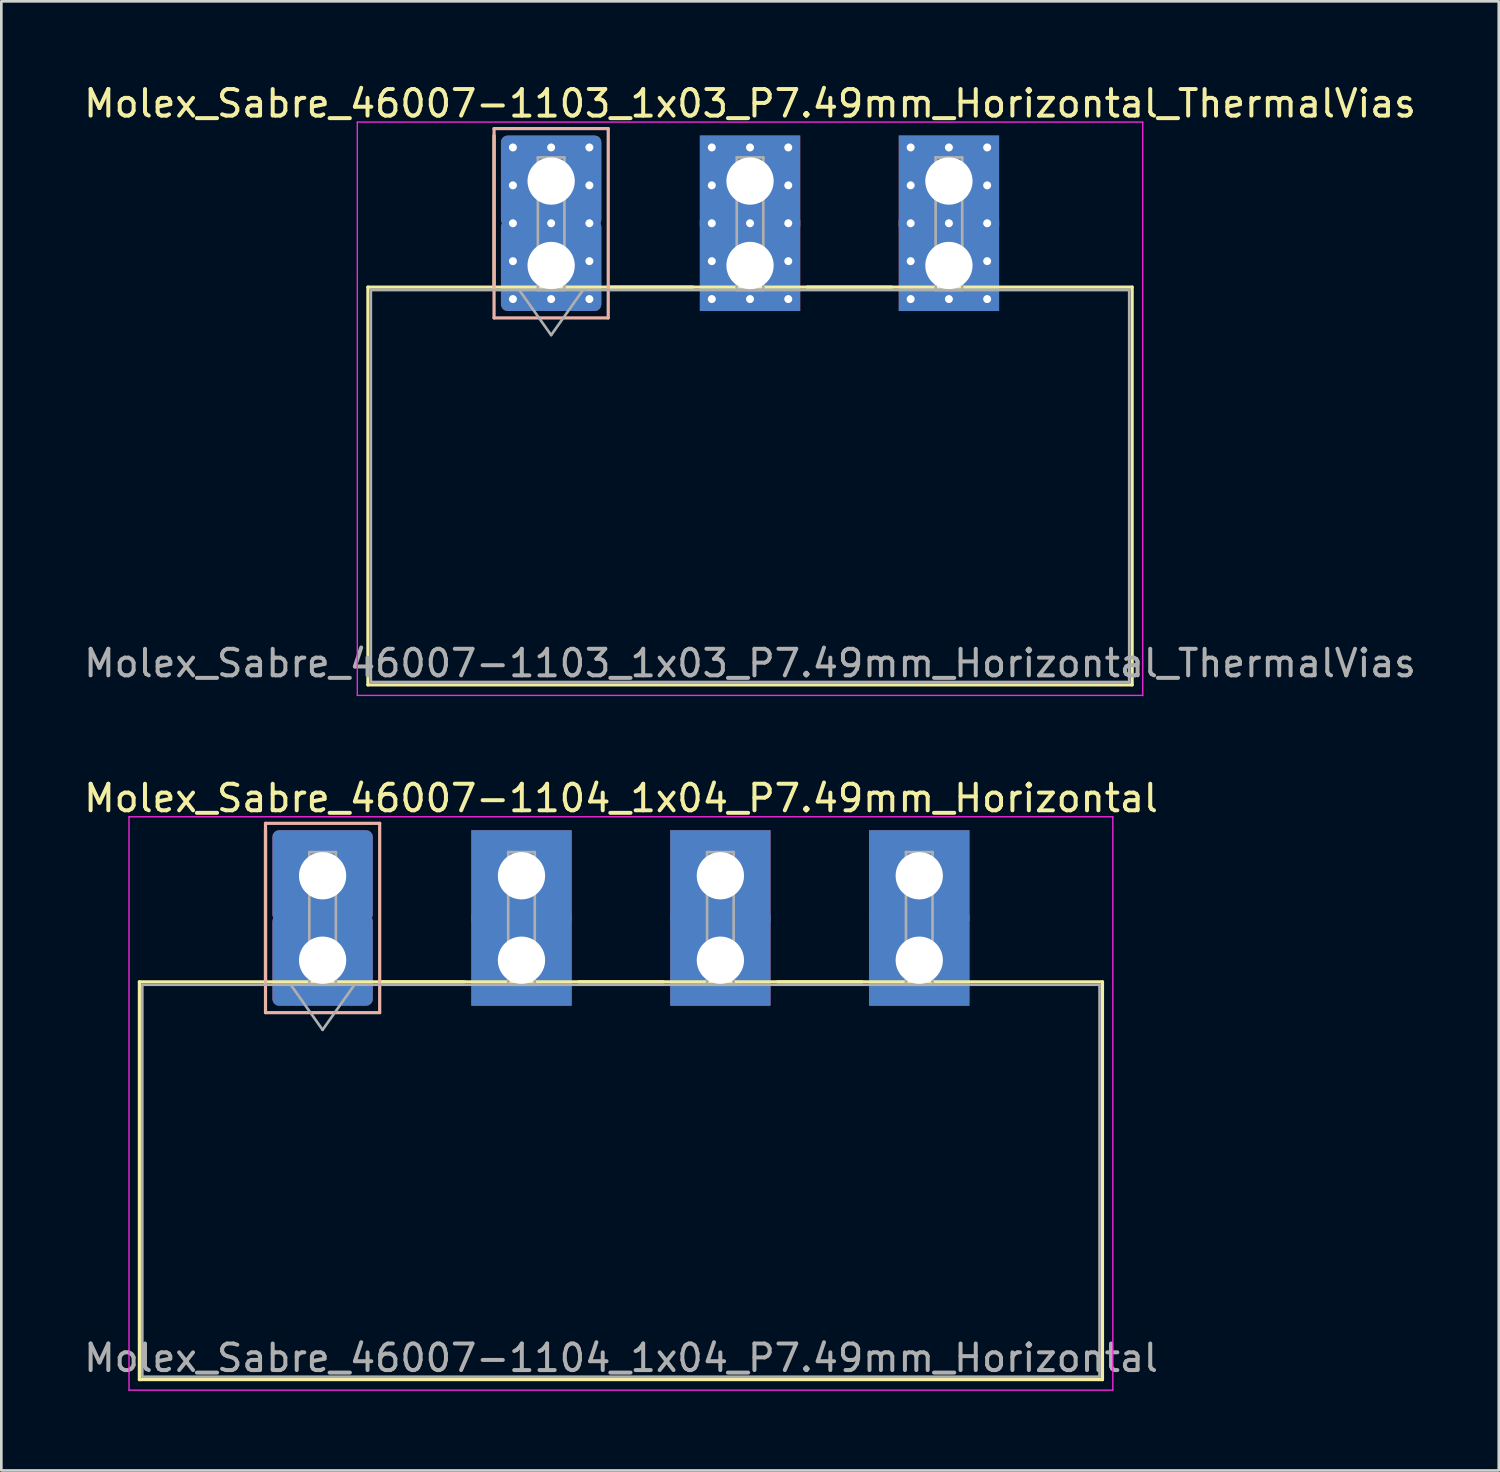
<source format=kicad_pcb>
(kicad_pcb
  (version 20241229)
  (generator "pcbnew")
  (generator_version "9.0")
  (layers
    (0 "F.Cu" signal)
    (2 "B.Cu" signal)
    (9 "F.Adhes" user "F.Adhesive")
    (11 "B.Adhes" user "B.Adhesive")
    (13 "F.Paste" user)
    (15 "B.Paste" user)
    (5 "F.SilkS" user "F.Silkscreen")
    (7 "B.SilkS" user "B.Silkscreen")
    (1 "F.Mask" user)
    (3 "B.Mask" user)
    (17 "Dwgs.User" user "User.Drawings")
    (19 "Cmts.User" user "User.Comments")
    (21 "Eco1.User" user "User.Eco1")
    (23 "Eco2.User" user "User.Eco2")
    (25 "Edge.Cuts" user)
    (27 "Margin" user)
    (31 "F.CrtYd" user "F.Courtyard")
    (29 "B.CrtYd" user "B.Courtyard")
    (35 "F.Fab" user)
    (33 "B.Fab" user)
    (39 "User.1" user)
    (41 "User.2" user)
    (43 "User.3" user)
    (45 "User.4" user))
  (footprint "Molex_Sabre_46007-1104_1x04_P7.49mm_Horizontal"
    (layer "F.Cu")
    (at 9.099 33.111)
    (property "Reference" "Molex_Sabre_46007-1104_1x04_P7.49mm_Horizontal" (at 11.24 -6.1 0) (layer "F.SilkS") (effects (font (size 1 1) (thickness 0.15))))
    (attr through_hole)
    (fp_line (start -6.9 0.815) (end -6.9 15.795) (stroke (width 0.12) (type solid)) (layer "F.SilkS"))
    (fp_line (start -6.9 15.795) (end 29.37 15.795) (stroke (width 0.12) (type solid)) (layer "F.SilkS"))
    (fp_line (start -2.15 0.815) (end -2.15 -4.895) (stroke (width 0.12) (type solid)) (layer "F.SilkS"))
    (fp_line (start 2.15 0.815) (end 5.34 0.815) (stroke (width 0.12) (type solid)) (layer "F.SilkS"))
    (fp_line (start 9.64 0.815) (end 12.83 0.815) (stroke (width 0.12) (type solid)) (layer "F.SilkS"))
    (fp_line (start 17.13 0.815) (end 20.32 0.815) (stroke (width 0.12) (type solid)) (layer "F.SilkS"))
    (fp_line (start 29.37 0.815) (end -6.9 0.815) (stroke (width 0.12) (type solid)) (layer "F.SilkS"))
    (fp_line (start 29.37 15.795) (end 29.37 0.815) (stroke (width 0.12) (type solid)) (layer "F.SilkS"))
    (fp_line (start -2.15 -5.155) (end -2.15 1.975) (stroke (width 0.12) (type solid)) (layer "B.SilkS"))
    (fp_line (start -2.15 1.975) (end 2.15 1.975) (stroke (width 0.12) (type solid)) (layer "B.SilkS"))
    (fp_line (start 2.15 -5.155) (end -2.15 -5.155) (stroke (width 0.12) (type solid)) (layer "B.SilkS"))
    (fp_line (start 2.15 1.975) (end 2.15 -5.155) (stroke (width 0.12) (type solid)) (layer "B.SilkS"))
    (fp_line (start -7.29 -5.4) (end -7.29 16.19) (stroke (width 0.05) (type solid)) (layer "F.CrtYd"))
    (fp_line (start -7.29 16.19) (end 29.76 16.19) (stroke (width 0.05) (type solid)) (layer "F.CrtYd"))
    (fp_line (start 29.76 -5.4) (end -7.29 -5.4) (stroke (width 0.05) (type solid)) (layer "F.CrtYd"))
    (fp_line (start 29.76 16.19) (end 29.76 -5.4) (stroke (width 0.05) (type solid)) (layer "F.CrtYd"))
    (fp_line (start -6.79 0.925) (end -6.79 15.685) (stroke (width 0.1) (type solid)) (layer "F.Fab"))
    (fp_line (start -6.79 15.685) (end 29.26 15.685) (stroke (width 0.1) (type solid)) (layer "F.Fab"))
    (fp_line (start -1.2 0.925) (end 0 2.622) (stroke (width 0.1) (type solid)) (layer "F.Fab"))
    (fp_line (start -0.5 -4.07) (end 0.5 -4.07) (stroke (width 0.1) (type solid)) (layer "F.Fab"))
    (fp_line (start -0.5 0.925) (end -0.5 -4.07) (stroke (width 0.1) (type solid)) (layer "F.Fab"))
    (fp_line (start 0 2.622) (end 1.2 0.925) (stroke (width 0.1) (type solid)) (layer "F.Fab"))
    (fp_line (start 0.5 -4.07) (end 0.5 0.925) (stroke (width 0.1) (type solid)) (layer "F.Fab"))
    (fp_line (start 0.5 0.925) (end -0.5 0.925) (stroke (width 0.1) (type solid)) (layer "F.Fab"))
    (fp_line (start 6.99 -4.07) (end 7.99 -4.07) (stroke (width 0.1) (type solid)) (layer "F.Fab"))
    (fp_line (start 6.99 0.925) (end 6.99 -4.07) (stroke (width 0.1) (type solid)) (layer "F.Fab"))
    (fp_line (start 7.99 -4.07) (end 7.99 0.925) (stroke (width 0.1) (type solid)) (layer "F.Fab"))
    (fp_line (start 7.99 0.925) (end 6.99 0.925) (stroke (width 0.1) (type solid)) (layer "F.Fab"))
    (fp_line (start 14.48 -4.07) (end 15.48 -4.07) (stroke (width 0.1) (type solid)) (layer "F.Fab"))
    (fp_line (start 14.48 0.925) (end 14.48 -4.07) (stroke (width 0.1) (type solid)) (layer "F.Fab"))
    (fp_line (start 15.48 -4.07) (end 15.48 0.925) (stroke (width 0.1) (type solid)) (layer "F.Fab"))
    (fp_line (start 15.48 0.925) (end 14.48 0.925) (stroke (width 0.1) (type solid)) (layer "F.Fab"))
    (fp_line (start 21.97 -4.07) (end 22.97 -4.07) (stroke (width 0.1) (type solid)) (layer "F.Fab"))
    (fp_line (start 21.97 0.925) (end 21.97 -4.07) (stroke (width 0.1) (type solid)) (layer "F.Fab"))
    (fp_line (start 22.97 -4.07) (end 22.97 0.925) (stroke (width 0.1) (type solid)) (layer "F.Fab"))
    (fp_line (start 22.97 0.925) (end 21.97 0.925) (stroke (width 0.1) (type solid)) (layer "F.Fab"))
    (fp_line (start 29.26 0.925) (end -6.79 0.925) (stroke (width 0.1) (type solid)) (layer "F.Fab"))
    (fp_line (start 29.26 15.685) (end 29.26 0.925) (stroke (width 0.1) (type solid)) (layer "F.Fab"))
    (fp_text user "${REFERENCE}" (at 11.24 14.98 0) (layer "F.Fab") (effects (font (size 1 1) (thickness 0.15))))
    (pad "1" thru_hole roundrect (at 0 -3.18) (size 3.78 3.43) (drill 1.78) (layers "*.Cu" "*.Mask") (roundrect_rratio 0.073))
    (pad "1" thru_hole roundrect (at 0 0) (size 3.78 3.43) (drill 1.78) (layers "*.Cu" "*.Mask") (roundrect_rratio 0.073))
    (pad "2" thru_hole rect (at 7.49 -3.18) (size 3.78 3.43) (drill 1.78) (layers "*.Cu" "*.Mask"))
    (pad "2" thru_hole rect (at 7.49 0) (size 3.78 3.43) (drill 1.78) (layers "*.Cu" "*.Mask"))
    (pad "3" thru_hole rect (at 14.98 -3.18) (size 3.78 3.43) (drill 1.78) (layers "*.Cu" "*.Mask"))
    (pad "3" thru_hole rect (at 14.98 0) (size 3.78 3.43) (drill 1.78) (layers "*.Cu" "*.Mask"))
    (pad "4" thru_hole rect (at 22.47 -3.18) (size 3.78 3.43) (drill 1.78) (layers "*.Cu" "*.Mask"))
    (pad "4" thru_hole rect (at 22.47 0) (size 3.78 3.43) (drill 1.78) (layers "*.Cu" "*.Mask")))
  (footprint "Molex_Sabre_46007-1103_1x03_P7.49mm_Horizontal_ThermalVias"
    (layer "F.Cu")
    (at 17.706 6.948)
    (property "Reference" "Molex_Sabre_46007-1103_1x03_P7.49mm_Horizontal_ThermalVias" (at 7.49 -6.1 0) (layer "F.SilkS") (effects (font (size 1 1) (thickness 0.15))))
    (attr through_hole)
    (fp_line (start -6.9 0.815) (end -6.9 15.795) (stroke (width 0.12) (type solid)) (layer "F.SilkS"))
    (fp_line (start -6.9 15.795) (end 21.88 15.795) (stroke (width 0.12) (type solid)) (layer "F.SilkS"))
    (fp_line (start -2.15 0.815) (end -2.15 -4.895) (stroke (width 0.12) (type solid)) (layer "F.SilkS"))
    (fp_line (start 2.15 0.815) (end 5.34 0.815) (stroke (width 0.12) (type solid)) (layer "F.SilkS"))
    (fp_line (start 9.64 0.815) (end 12.83 0.815) (stroke (width 0.12) (type solid)) (layer "F.SilkS"))
    (fp_line (start 21.88 0.815) (end -6.9 0.815) (stroke (width 0.12) (type solid)) (layer "F.SilkS"))
    (fp_line (start 21.88 15.795) (end 21.88 0.815) (stroke (width 0.12) (type solid)) (layer "F.SilkS"))
    (fp_line (start -2.15 -5.155) (end -2.15 1.975) (stroke (width 0.12) (type solid)) (layer "B.SilkS"))
    (fp_line (start -2.15 1.975) (end 2.15 1.975) (stroke (width 0.12) (type solid)) (layer "B.SilkS"))
    (fp_line (start 2.15 -5.155) (end -2.15 -5.155) (stroke (width 0.12) (type solid)) (layer "B.SilkS"))
    (fp_line (start 2.15 1.975) (end 2.15 -5.155) (stroke (width 0.12) (type solid)) (layer "B.SilkS"))
    (fp_line (start -7.3 -5.4) (end -7.3 16.19) (stroke (width 0.05) (type solid)) (layer "F.CrtYd"))
    (fp_line (start -7.3 16.19) (end 22.28 16.19) (stroke (width 0.05) (type solid)) (layer "F.CrtYd"))
    (fp_line (start 22.28 -5.4) (end -7.3 -5.4) (stroke (width 0.05) (type solid)) (layer "F.CrtYd"))
    (fp_line (start 22.28 16.19) (end 22.28 -5.4) (stroke (width 0.05) (type solid)) (layer "F.CrtYd"))
    (fp_line (start -6.79 0.925) (end -6.79 15.685) (stroke (width 0.1) (type solid)) (layer "F.Fab"))
    (fp_line (start -6.79 15.685) (end 21.77 15.685) (stroke (width 0.1) (type solid)) (layer "F.Fab"))
    (fp_line (start -1.2 0.925) (end 0 2.622) (stroke (width 0.1) (type solid)) (layer "F.Fab"))
    (fp_line (start -0.5 -4.07) (end 0.5 -4.07) (stroke (width 0.1) (type solid)) (layer "F.Fab"))
    (fp_line (start -0.5 0.925) (end -0.5 -4.07) (stroke (width 0.1) (type solid)) (layer "F.Fab"))
    (fp_line (start 0 2.622) (end 1.2 0.925) (stroke (width 0.1) (type solid)) (layer "F.Fab"))
    (fp_line (start 0.5 -4.07) (end 0.5 0.925) (stroke (width 0.1) (type solid)) (layer "F.Fab"))
    (fp_line (start 0.5 0.925) (end -0.5 0.925) (stroke (width 0.1) (type solid)) (layer "F.Fab"))
    (fp_line (start 6.99 -4.07) (end 7.99 -4.07) (stroke (width 0.1) (type solid)) (layer "F.Fab"))
    (fp_line (start 6.99 0.925) (end 6.99 -4.07) (stroke (width 0.1) (type solid)) (layer "F.Fab"))
    (fp_line (start 7.99 -4.07) (end 7.99 0.925) (stroke (width 0.1) (type solid)) (layer "F.Fab"))
    (fp_line (start 7.99 0.925) (end 6.99 0.925) (stroke (width 0.1) (type solid)) (layer "F.Fab"))
    (fp_line (start 14.48 -4.07) (end 15.48 -4.07) (stroke (width 0.1) (type solid)) (layer "F.Fab"))
    (fp_line (start 14.48 0.925) (end 14.48 -4.07) (stroke (width 0.1) (type solid)) (layer "F.Fab"))
    (fp_line (start 15.48 -4.07) (end 15.48 0.925) (stroke (width 0.1) (type solid)) (layer "F.Fab"))
    (fp_line (start 15.48 0.925) (end 14.48 0.925) (stroke (width 0.1) (type solid)) (layer "F.Fab"))
    (fp_line (start 21.77 0.925) (end -6.79 0.925) (stroke (width 0.1) (type solid)) (layer "F.Fab"))
    (fp_line (start 21.77 15.685) (end 21.77 0.925) (stroke (width 0.1) (type solid)) (layer "F.Fab"))
    (fp_text user "${REFERENCE}" (at 7.49 14.98 0) (layer "F.Fab") (effects (font (size 1 1) (thickness 0.15))))
    (pad "1" thru_hole roundrect (at -1.44 -4.445) (size 0.6 0.6) (drill 0.3) (layers "*.Cu" "*.Mask") (roundrect_rratio 0.25))
    (pad "1" thru_hole roundrect (at -1.44 -3.018) (size 0.6 0.6) (drill 0.3) (layers "*.Cu" "*.Mask") (roundrect_rratio 0.25))
    (pad "1" thru_hole roundrect (at -1.44 -1.59) (size 0.6 0.6) (drill 0.3) (layers "*.Cu" "*.Mask") (roundrect_rratio 0.25))
    (pad "1" thru_hole roundrect (at -1.44 -0.163) (size 0.6 0.6) (drill 0.3) (layers "*.Cu" "*.Mask") (roundrect_rratio 0.25))
    (pad "1" thru_hole roundrect (at -1.44 1.265) (size 0.6 0.6) (drill 0.3) (layers "*.Cu" "*.Mask") (roundrect_rratio 0.25))
    (pad "1" thru_hole roundrect (at 0 -4.445) (size 0.6 0.6) (drill 0.3) (layers "*.Cu" "*.Mask") (roundrect_rratio 0.25))
    (pad "1" thru_hole roundrect (at 0 -3.18) (size 3.78 3.43) (drill 1.78) (layers "*.Cu" "*.Mask") (roundrect_rratio 0.073))
    (pad "1" thru_hole roundrect (at 0 -1.59) (size 0.6 0.6) (drill 0.3) (layers "*.Cu" "*.Mask") (roundrect_rratio 0.25))
    (pad "1" thru_hole roundrect (at 0 0) (size 3.78 3.43) (drill 1.78) (layers "*.Cu" "*.Mask") (roundrect_rratio 0.073))
    (pad "1" thru_hole roundrect (at 0 1.265) (size 0.6 0.6) (drill 0.3) (layers "*.Cu" "*.Mask") (roundrect_rratio 0.25))
    (pad "1" thru_hole roundrect (at 1.44 -4.445) (size 0.6 0.6) (drill 0.3) (layers "*.Cu" "*.Mask") (roundrect_rratio 0.25))
    (pad "1" thru_hole roundrect (at 1.44 -3.018) (size 0.6 0.6) (drill 0.3) (layers "*.Cu" "*.Mask") (roundrect_rratio 0.25))
    (pad "1" thru_hole roundrect (at 1.44 -1.59) (size 0.6 0.6) (drill 0.3) (layers "*.Cu" "*.Mask") (roundrect_rratio 0.25))
    (pad "1" thru_hole roundrect (at 1.44 -0.163) (size 0.6 0.6) (drill 0.3) (layers "*.Cu" "*.Mask") (roundrect_rratio 0.25))
    (pad "1" thru_hole roundrect (at 1.44 1.265) (size 0.6 0.6) (drill 0.3) (layers "*.Cu" "*.Mask") (roundrect_rratio 0.25))
    (pad "2" thru_hole circle (at 6.05 -4.445) (size 0.6 0.6) (drill 0.3) (layers "*.Cu" "*.Mask"))
    (pad "2" thru_hole circle (at 6.05 -3.018) (size 0.6 0.6) (drill 0.3) (layers "*.Cu" "*.Mask"))
    (pad "2" thru_hole circle (at 6.05 -1.59) (size 0.6 0.6) (drill 0.3) (layers "*.Cu" "*.Mask"))
    (pad "2" thru_hole circle (at 6.05 -0.163) (size 0.6 0.6) (drill 0.3) (layers "*.Cu" "*.Mask"))
    (pad "2" thru_hole circle (at 6.05 1.265) (size 0.6 0.6) (drill 0.3) (layers "*.Cu" "*.Mask"))
    (pad "2" thru_hole circle (at 7.49 -4.445) (size 0.6 0.6) (drill 0.3) (layers "*.Cu" "*.Mask"))
    (pad "2" thru_hole rect (at 7.49 -3.18) (size 3.78 3.43) (drill 1.78) (layers "*.Cu" "*.Mask"))
    (pad "2" thru_hole circle (at 7.49 -1.59) (size 0.6 0.6) (drill 0.3) (layers "*.Cu" "*.Mask"))
    (pad "2" thru_hole rect (at 7.49 0) (size 3.78 3.43) (drill 1.78) (layers "*.Cu" "*.Mask"))
    (pad "2" thru_hole circle (at 7.49 1.265) (size 0.6 0.6) (drill 0.3) (layers "*.Cu" "*.Mask"))
    (pad "2" thru_hole circle (at 8.93 -4.445) (size 0.6 0.6) (drill 0.3) (layers "*.Cu" "*.Mask"))
    (pad "2" thru_hole circle (at 8.93 -3.018) (size 0.6 0.6) (drill 0.3) (layers "*.Cu" "*.Mask"))
    (pad "2" thru_hole circle (at 8.93 -1.59) (size 0.6 0.6) (drill 0.3) (layers "*.Cu" "*.Mask"))
    (pad "2" thru_hole circle (at 8.93 -0.163) (size 0.6 0.6) (drill 0.3) (layers "*.Cu" "*.Mask"))
    (pad "2" thru_hole circle (at 8.93 1.265) (size 0.6 0.6) (drill 0.3) (layers "*.Cu" "*.Mask"))
    (pad "3" thru_hole circle (at 13.54 -4.445) (size 0.6 0.6) (drill 0.3) (layers "*.Cu" "*.Mask"))
    (pad "3" thru_hole circle (at 13.54 -3.018) (size 0.6 0.6) (drill 0.3) (layers "*.Cu" "*.Mask"))
    (pad "3" thru_hole circle (at 13.54 -1.59) (size 0.6 0.6) (drill 0.3) (layers "*.Cu" "*.Mask"))
    (pad "3" thru_hole circle (at 13.54 -0.163) (size 0.6 0.6) (drill 0.3) (layers "*.Cu" "*.Mask"))
    (pad "3" thru_hole circle (at 13.54 1.265) (size 0.6 0.6) (drill 0.3) (layers "*.Cu" "*.Mask"))
    (pad "3" thru_hole circle (at 14.98 -4.445) (size 0.6 0.6) (drill 0.3) (layers "*.Cu" "*.Mask"))
    (pad "3" thru_hole rect (at 14.98 -3.18) (size 3.78 3.43) (drill 1.78) (layers "*.Cu" "*.Mask"))
    (pad "3" thru_hole circle (at 14.98 -1.59) (size 0.6 0.6) (drill 0.3) (layers "*.Cu" "*.Mask"))
    (pad "3" thru_hole rect (at 14.98 0) (size 3.78 3.43) (drill 1.78) (layers "*.Cu" "*.Mask"))
    (pad "3" thru_hole circle (at 14.98 1.265) (size 0.6 0.6) (drill 0.3) (layers "*.Cu" "*.Mask"))
    (pad "3" thru_hole circle (at 16.42 -4.445) (size 0.6 0.6) (drill 0.3) (layers "*.Cu" "*.Mask"))
    (pad "3" thru_hole circle (at 16.42 -3.018) (size 0.6 0.6) (drill 0.3) (layers "*.Cu" "*.Mask"))
    (pad "3" thru_hole circle (at 16.42 -1.59) (size 0.6 0.6) (drill 0.3) (layers "*.Cu" "*.Mask"))
    (pad "3" thru_hole circle (at 16.42 -0.163) (size 0.6 0.6) (drill 0.3) (layers "*.Cu" "*.Mask"))
    (pad "3" thru_hole circle (at 16.42 1.265) (size 0.6 0.6) (drill 0.3) (layers "*.Cu" "*.Mask")))
  (gr_rect
    (start -3 -3)
    (end 53.393 52.327)
    (stroke (width 0.1) (type default))
    (fill no)
    (layer "Edge.Cuts")))
</source>
